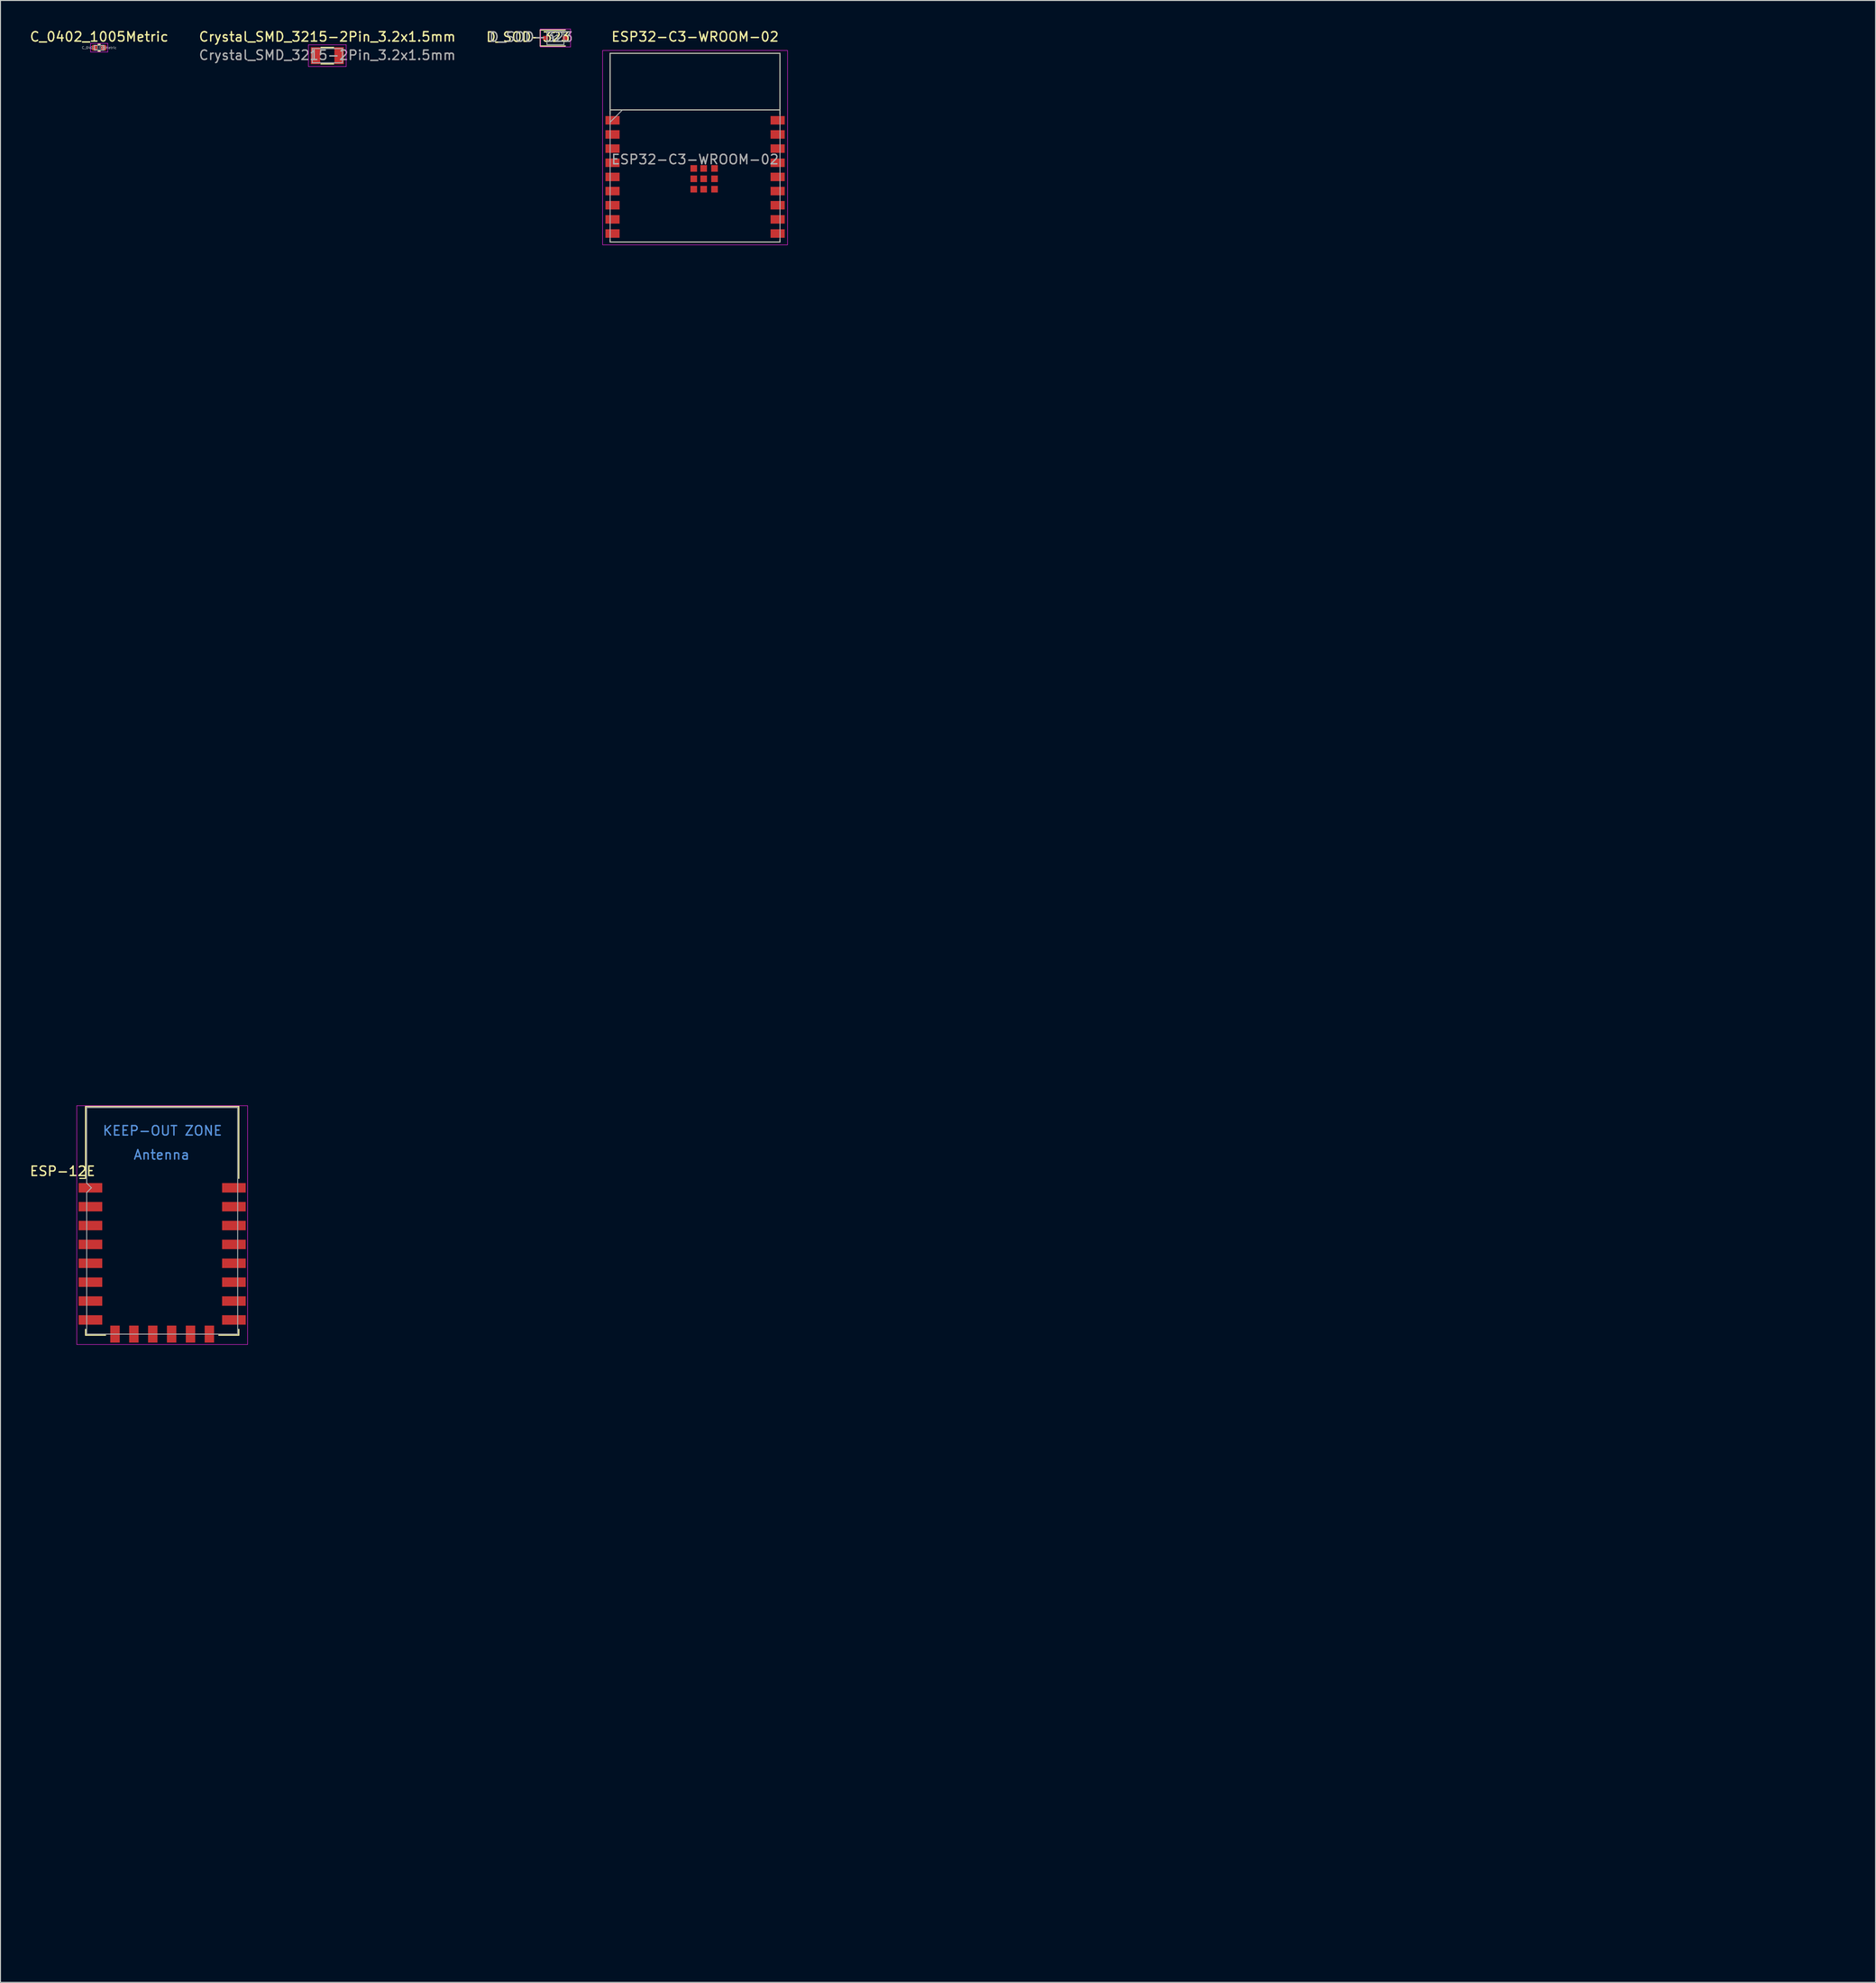
<source format=kicad_pcb>
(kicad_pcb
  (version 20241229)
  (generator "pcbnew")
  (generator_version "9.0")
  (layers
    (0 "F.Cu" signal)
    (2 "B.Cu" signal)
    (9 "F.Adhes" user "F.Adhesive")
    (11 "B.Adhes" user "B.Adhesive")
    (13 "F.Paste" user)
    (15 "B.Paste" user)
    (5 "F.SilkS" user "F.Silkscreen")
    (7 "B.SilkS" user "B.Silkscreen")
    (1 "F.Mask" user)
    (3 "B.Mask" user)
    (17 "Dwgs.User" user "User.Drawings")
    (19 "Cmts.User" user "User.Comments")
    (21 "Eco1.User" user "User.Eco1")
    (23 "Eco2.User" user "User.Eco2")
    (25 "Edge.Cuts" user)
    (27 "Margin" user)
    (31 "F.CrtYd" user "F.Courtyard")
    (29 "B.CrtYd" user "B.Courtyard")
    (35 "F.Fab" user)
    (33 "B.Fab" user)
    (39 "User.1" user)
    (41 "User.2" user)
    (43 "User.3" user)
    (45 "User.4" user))
  (footprint "C_0402_1005Metric"
    (layer "F.Cu")
    (at 7.458 2.008)
    (property "Reference" "C_0402_1005Metric" (at 0 -1.16 180) (layer "F.SilkS") (effects (font (size 1 1) (thickness 0.15))))
    (attr smd)
    (fp_line (start -0.108 -0.36) (end 0.108 -0.36) (stroke (width 0.12) (type solid)) (layer "F.SilkS"))
    (fp_line (start -0.108 0.36) (end 0.108 0.36) (stroke (width 0.12) (type solid)) (layer "F.SilkS"))
    (fp_line (start -0.91 -0.46) (end 0.91 -0.46) (stroke (width 0.05) (type solid)) (layer "F.CrtYd"))
    (fp_line (start -0.91 0.46) (end -0.91 -0.46) (stroke (width 0.05) (type solid)) (layer "F.CrtYd"))
    (fp_line (start 0.91 -0.46) (end 0.91 0.46) (stroke (width 0.05) (type solid)) (layer "F.CrtYd"))
    (fp_line (start 0.91 0.46) (end -0.91 0.46) (stroke (width 0.05) (type solid)) (layer "F.CrtYd"))
    (fp_line (start -0.5 -0.25) (end 0.5 -0.25) (stroke (width 0.1) (type solid)) (layer "F.Fab"))
    (fp_line (start -0.5 0.25) (end -0.5 -0.25) (stroke (width 0.1) (type solid)) (layer "F.Fab"))
    (fp_line (start 0.5 -0.25) (end 0.5 0.25) (stroke (width 0.1) (type solid)) (layer "F.Fab"))
    (fp_line (start 0.5 0.25) (end -0.5 0.25) (stroke (width 0.1) (type solid)) (layer "F.Fab"))
    (fp_text user "${REFERENCE}" (at 0 0 180) (layer "F.Fab") (effects (font (size 0.25 0.25) (thickness 0.04))))
    (pad "1" smd roundrect (at -0.48 0) (size 0.56 0.62) (layers "F.Cu" "F.Mask" "F.Paste") (roundrect_rratio 0.25))
    (pad "2" smd roundrect (at 0.48 0) (size 0.56 0.62) (layers "F.Cu" "F.Mask" "F.Paste") (roundrect_rratio 0.25)))
  (footprint "Crystal_SMD_3215-2Pin_3.2x1.5mm"
    (layer "F.Cu")
    (at 31.637 2.848)
    (property "Reference" "Crystal_SMD_3215-2Pin_3.2x1.5mm" (at 0 -2 0) (layer "F.SilkS") (effects (font (size 1 1) (thickness 0.15))))
    (attr smd)
    (fp_line (start -0.675 -0.875) (end 0.675 -0.875) (stroke (width 0.12) (type solid)) (layer "F.SilkS"))
    (fp_line (start -0.675 0.875) (end 0.675 0.875) (stroke (width 0.12) (type solid)) (layer "F.SilkS"))
    (fp_line (start -2 -1.15) (end -2 1.15) (stroke (width 0.05) (type solid)) (layer "F.CrtYd"))
    (fp_line (start -2 -1.15) (end 2 -1.15) (stroke (width 0.05) (type solid)) (layer "F.CrtYd"))
    (fp_line (start -2 1.15) (end 2 1.15) (stroke (width 0.05) (type solid)) (layer "F.CrtYd"))
    (fp_line (start 2 -1.15) (end 2 1.15) (stroke (width 0.05) (type solid)) (layer "F.CrtYd"))
    (fp_line (start -1.6 -0.75) (end -1.6 0.75) (stroke (width 0.1) (type solid)) (layer "F.Fab"))
    (fp_line (start -1.6 -0.75) (end 1.6 -0.75) (stroke (width 0.1) (type solid)) (layer "F.Fab"))
    (fp_line (start -1.6 0.75) (end 1.6 0.75) (stroke (width 0.1) (type solid)) (layer "F.Fab"))
    (fp_line (start 1.6 -0.75) (end 1.6 0.75) (stroke (width 0.1) (type solid)) (layer "F.Fab"))
    (fp_text user "${REFERENCE}" (at 0 -0.05 0) (layer "F.Fab") (effects (font (size 1 1) (thickness 0.15))))
    (pad "1" smd rect (at 1.25 0) (size 1 1.8) (layers "F.Cu" "F.Mask" "F.Paste"))
    (pad "2" smd rect (at -1.25 0) (size 1 1.8) (layers "F.Cu" "F.Mask" "F.Paste")))
  (footprint "ESP32-C3-WROOM-02"
    (layer "F.Cu")
    (at 70.609 15.598)
    (property "Reference" "ESP32-C3-WROOM-02" (at 0 -14.75 0) (layer "F.SilkS") (effects (font (size 1 1) (thickness 0.15))))
    (attr smd)
    (fp_line (start -9 -13) (end -9 -6.5) (stroke (width 0.12) (type solid)) (layer "F.SilkS"))
    (fp_line (start -9 -13) (end 9 -13) (stroke (width 0.12) (type solid)) (layer "F.SilkS"))
    (fp_line (start -9 7) (end -9 6.75) (stroke (width 0.12) (type solid)) (layer "F.SilkS"))
    (fp_line (start 9 -13) (end 9 -6.5) (stroke (width 0.12) (type solid)) (layer "F.SilkS"))
    (fp_line (start 9 -7) (end -8.95 -7) (stroke (width 0.12) (type solid)) (layer "F.SilkS"))
    (fp_line (start 9 6.75) (end 9 7) (stroke (width 0.12) (type solid)) (layer "F.SilkS"))
    (fp_line (start 9 7) (end -9 7) (stroke (width 0.12) (type solid)) (layer "F.SilkS"))
    (fp_poly (pts (xy 9.8 7.3) (xy -9.8 7.3) (xy -9.8 -13.3) (xy 9.8 -13.3)) (stroke (width 0.05) (type solid)) (fill no) (layer "F.CrtYd"))
    (fp_line (start -9 -13) (end 9 -13) (stroke (width 0.1) (type solid)) (layer "F.Fab"))
    (fp_line (start -9 -7) (end 9 -7) (stroke (width 0.1) (type solid)) (layer "F.Fab"))
    (fp_line (start -9 7) (end -9 -13) (stroke (width 0.1) (type solid)) (layer "F.Fab"))
    (fp_line (start -7.7 -7) (end -9 -5.7) (stroke (width 0.1) (type solid)) (layer "F.Fab"))
    (fp_line (start 9 -13) (end 9 7) (stroke (width 0.1) (type solid)) (layer "F.Fab"))
    (fp_line (start 9 7) (end -9 7) (stroke (width 0.1) (type solid)) (layer "F.Fab"))
    (fp_text user "${REFERENCE}" (at 0 -1.75 0) (layer "F.Fab") (effects (font (size 1 1) (thickness 0.15))))
    (pad "1" smd rect (at -8.75 -5.9 180) (size 1.5 0.9) (layers "F.Cu" "F.Mask" "F.Paste"))
    (pad "2" smd rect (at -8.75 -4.4 180) (size 1.5 0.9) (layers "F.Cu" "F.Mask" "F.Paste"))
    (pad "3" smd rect (at -8.75 -2.9 180) (size 1.5 0.9) (layers "F.Cu" "F.Mask" "F.Paste"))
    (pad "4" smd rect (at -8.75 -1.4 180) (size 1.5 0.9) (layers "F.Cu" "F.Mask" "F.Paste"))
    (pad "5" smd rect (at -8.75 0.1 180) (size 1.5 0.9) (layers "F.Cu" "F.Mask" "F.Paste"))
    (pad "6" smd rect (at -8.75 1.6 180) (size 1.5 0.9) (layers "F.Cu" "F.Mask" "F.Paste"))
    (pad "7" smd rect (at -8.75 3.1 180) (size 1.5 0.9) (layers "F.Cu" "F.Mask" "F.Paste"))
    (pad "8" smd rect (at -8.75 4.6 180) (size 1.5 0.9) (layers "F.Cu" "F.Mask" "F.Paste"))
    (pad "9" smd rect (at -8.75 6.1 180) (size 1.5 0.9) (layers "F.Cu" "F.Mask" "F.Paste"))
    (pad "10" smd rect (at 8.75 6.1) (size 1.5 0.9) (layers "F.Cu" "F.Mask" "F.Paste"))
    (pad "11" smd rect (at 8.75 4.6) (size 1.5 0.9) (layers "F.Cu" "F.Mask" "F.Paste"))
    (pad "12" smd rect (at 8.75 3.1) (size 1.5 0.9) (layers "F.Cu" "F.Mask" "F.Paste"))
    (pad "13" smd rect (at 8.75 1.6) (size 1.5 0.9) (layers "F.Cu" "F.Mask" "F.Paste"))
    (pad "14" smd rect (at 8.75 0.1) (size 1.5 0.9) (layers "F.Cu" "F.Mask" "F.Paste"))
    (pad "15" smd rect (at 8.75 -1.4) (size 1.5 0.9) (layers "F.Cu" "F.Mask" "F.Paste"))
    (pad "16" smd rect (at 8.75 -2.9) (size 1.5 0.9) (layers "F.Cu" "F.Mask" "F.Paste"))
    (pad "17" smd rect (at 8.75 -4.4) (size 1.5 0.9) (layers "F.Cu" "F.Mask" "F.Paste"))
    (pad "18" smd rect (at 8.75 -5.9) (size 1.5 0.9) (layers "F.Cu" "F.Mask" "F.Paste"))
    (pad "19" smd rect (at -0.14 -0.8) (size 0.7 0.7) (layers "F.Cu" "F.Mask" "F.Paste"))
    (pad "19" smd rect (at -0.14 0.3) (size 0.7 0.7) (layers "F.Cu" "F.Mask" "F.Paste"))
    (pad "19" smd rect (at -0.14 1.4) (size 0.7 0.7) (layers "F.Cu" "F.Mask" "F.Paste"))
    (pad "19" smd rect (at 0.91 -0.8) (size 0.7 0.7) (layers "F.Cu" "F.Mask" "F.Paste"))
    (pad "19" smd rect (at 0.91 0.3) (size 0.7 0.7) (layers "F.Cu" "F.Mask" "F.Paste"))
    (pad "19" smd rect (at 0.91 1.4) (size 0.7 0.7) (layers "F.Cu" "F.Mask" "F.Paste"))
    (pad "19" smd rect (at 2.06 -0.8) (size 0.7 0.7) (layers "F.Cu" "F.Mask" "F.Paste"))
    (pad "19" smd rect (at 2.06 0.3) (size 0.7 0.7) (layers "F.Cu" "F.Mask" "F.Paste"))
    (pad "19" smd rect (at 2.06 1.4) (size 0.7 0.7) (layers "F.Cu" "F.Mask" "F.Paste"))
    (zone (net_name "") (layers "F.Cu" "B.Cu") (name "antenna keepout") (hatch edge 0.508) (connect_pads) (min_thickness 0.254) (filled_areas_thickness no) (keepout (tracks not_allowed) (vias not_allowed) (pads not_allowed) (copperpour not_allowed) (footprints not_allowed)) (placement (enabled no)) (fill) (polygon (pts (xy 174.709 105.098) (xy 192.709 105.098) (xy 192.709 111.098) (xy 174.709 111.098)))))
  (footprint "D_SOD-323"
    (layer "F.Cu")
    (at 55.811 0.975)
    (property "Reference" "D_SOD-323" (at -2.9 -0.105 180) (layer "F.SilkS") (effects (font (size 1 1) (thickness 0.15))))
    (attr smd)
    (fp_line (start -1.61 -0.85) (end -1.61 0.85) (stroke (width 0.12) (type solid)) (layer "F.SilkS"))
    (fp_line (start -1.61 -0.85) (end 1.05 -0.85) (stroke (width 0.12) (type solid)) (layer "F.SilkS"))
    (fp_line (start -1.61 0.85) (end 1.05 0.85) (stroke (width 0.12) (type solid)) (layer "F.SilkS"))
    (fp_line (start -1.6 -0.95) (end -1.6 0.95) (stroke (width 0.05) (type solid)) (layer "F.CrtYd"))
    (fp_line (start -1.6 -0.95) (end 1.6 -0.95) (stroke (width 0.05) (type solid)) (layer "F.CrtYd"))
    (fp_line (start -1.6 0.95) (end 1.6 0.95) (stroke (width 0.05) (type solid)) (layer "F.CrtYd"))
    (fp_line (start 1.6 -0.95) (end 1.6 0.95) (stroke (width 0.05) (type solid)) (layer "F.CrtYd"))
    (fp_line (start -0.9 -0.7) (end 0.9 -0.7) (stroke (width 0.1) (type solid)) (layer "F.Fab"))
    (fp_line (start -0.9 0.7) (end -0.9 -0.7) (stroke (width 0.1) (type solid)) (layer "F.Fab"))
    (fp_line (start -0.3 -0.35) (end -0.3 0.35) (stroke (width 0.1) (type solid)) (layer "F.Fab"))
    (fp_line (start -0.3 0) (end -0.5 0) (stroke (width 0.1) (type solid)) (layer "F.Fab"))
    (fp_line (start -0.3 0) (end 0.2 -0.35) (stroke (width 0.1) (type solid)) (layer "F.Fab"))
    (fp_line (start 0.2 -0.35) (end 0.2 0.35) (stroke (width 0.1) (type solid)) (layer "F.Fab"))
    (fp_line (start 0.2 0) (end 0.45 0) (stroke (width 0.1) (type solid)) (layer "F.Fab"))
    (fp_line (start 0.2 0.35) (end -0.3 0) (stroke (width 0.1) (type solid)) (layer "F.Fab"))
    (fp_line (start 0.9 -0.7) (end 0.9 0.7) (stroke (width 0.1) (type solid)) (layer "F.Fab"))
    (fp_line (start 0.9 0.7) (end -0.9 0.7) (stroke (width 0.1) (type solid)) (layer "F.Fab"))
    (fp_text user "${REFERENCE}" (at -2.58 -0.106 180) (layer "F.Fab") (effects (font (size 1 1) (thickness 0.15))))
    (pad "1" smd roundrect (at -1.05 0) (size 0.6 0.45) (layers "F.Cu" "F.Mask" "F.Paste") (roundrect_rratio 0.25))
    (pad "2" smd roundrect (at 1.05 0) (size 0.6 0.45) (layers "F.Cu" "F.Mask" "F.Paste") (roundrect_rratio 0.25)))
  (footprint "ESP-12E"
    (layer "F.Cu")
    (at 14.137 126.323)
    (property "Reference" "ESP-12E" (at -10.56 -5.26 0) (layer "F.SilkS") (effects (font (size 1 1) (thickness 0.15))))
    (attr smd)
    (fp_line (start -8.12 -12.12) (end 8.12 -12.12) (stroke (width 0.12) (type solid)) (layer "F.SilkS"))
    (fp_line (start -8.12 -4.5) (end -8.73 -4.5) (stroke (width 0.12) (type solid)) (layer "F.SilkS"))
    (fp_line (start -8.12 -4.5) (end -8.12 -12.12) (stroke (width 0.12) (type solid)) (layer "F.SilkS"))
    (fp_line (start -8.12 12.12) (end -8.12 11.5) (stroke (width 0.12) (type solid)) (layer "F.SilkS"))
    (fp_line (start -6 12.12) (end -8.12 12.12) (stroke (width 0.12) (type solid)) (layer "F.SilkS"))
    (fp_line (start 8.12 -12.12) (end 8.12 -4.5) (stroke (width 0.12) (type solid)) (layer "F.SilkS"))
    (fp_line (start 8.12 11.5) (end 8.12 12.12) (stroke (width 0.12) (type solid)) (layer "F.SilkS"))
    (fp_line (start 8.12 12.12) (end 6 12.12) (stroke (width 0.12) (type solid)) (layer "F.SilkS"))
    (fp_line (start -9.05 -12.2) (end 9.05 -12.2) (stroke (width 0.05) (type solid)) (layer "F.CrtYd"))
    (fp_line (start -9.05 13.1) (end -9.05 -12.2) (stroke (width 0.05) (type solid)) (layer "F.CrtYd"))
    (fp_line (start 9.05 -12.2) (end 9.05 13.1) (stroke (width 0.05) (type solid)) (layer "F.CrtYd"))
    (fp_line (start 9.05 13.1) (end -9.05 13.1) (stroke (width 0.05) (type solid)) (layer "F.CrtYd"))
    (fp_line (start -8 -12) (end 8 -12) (stroke (width 0.1) (type solid)) (layer "F.Fab"))
    (fp_line (start -8 -4) (end -8 -12) (stroke (width 0.1) (type solid)) (layer "F.Fab"))
    (fp_line (start -8 -3) (end -7.5 -3.5) (stroke (width 0.1) (type solid)) (layer "F.Fab"))
    (fp_line (start -8 12) (end -8 -3) (stroke (width 0.1) (type solid)) (layer "F.Fab"))
    (fp_line (start -7.5 -3.5) (end -8 -4) (stroke (width 0.1) (type solid)) (layer "F.Fab"))
    (fp_line (start 8 -12) (end 8 12) (stroke (width 0.1) (type solid)) (layer "F.Fab"))
    (fp_line (start 8 12) (end -8 12) (stroke (width 0.1) (type solid)) (layer "F.Fab"))
    (fp_text user "KEEP-OUT ZONE" (at 0.03 -9.55 0) (layer "Cmts.User") (effects (font (size 1 1) (thickness 0.15))))
    (fp_text user "Antenna" (at -0.06 -7 0) (layer "Cmts.User") (effects (font (size 1 1) (thickness 0.15))))
    (pad "1" smd rect (at -7.6 -3.5) (size 2.5 1) (layers "F.Cu" "F.Mask" "F.Paste"))
    (pad "2" smd rect (at -7.6 -1.5) (size 2.5 1) (layers "F.Cu" "F.Mask" "F.Paste"))
    (pad "3" smd rect (at -7.6 0.5) (size 2.5 1) (layers "F.Cu" "F.Mask" "F.Paste"))
    (pad "4" smd rect (at -7.6 2.5) (size 2.5 1) (layers "F.Cu" "F.Mask" "F.Paste"))
    (pad "5" smd rect (at -7.6 4.5) (size 2.5 1) (layers "F.Cu" "F.Mask" "F.Paste"))
    (pad "6" smd rect (at -7.6 6.5) (size 2.5 1) (layers "F.Cu" "F.Mask" "F.Paste"))
    (pad "7" smd rect (at -7.6 8.5) (size 2.5 1) (layers "F.Cu" "F.Mask" "F.Paste"))
    (pad "8" smd rect (at -7.6 10.5) (size 2.5 1) (layers "F.Cu" "F.Mask" "F.Paste"))
    (pad "9" smd rect (at -5 12) (size 1 1.8) (layers "F.Cu" "F.Mask" "F.Paste"))
    (pad "10" smd rect (at -3 12) (size 1 1.8) (layers "F.Cu" "F.Mask" "F.Paste"))
    (pad "11" smd rect (at -1 12) (size 1 1.8) (layers "F.Cu" "F.Mask" "F.Paste"))
    (pad "12" smd rect (at 1 12) (size 1 1.8) (layers "F.Cu" "F.Mask" "F.Paste"))
    (pad "13" smd rect (at 3 12) (size 1 1.8) (layers "F.Cu" "F.Mask" "F.Paste"))
    (pad "14" smd rect (at 5 12) (size 1 1.8) (layers "F.Cu" "F.Mask" "F.Paste"))
    (pad "15" smd rect (at 7.6 10.5) (size 2.5 1) (layers "F.Cu" "F.Mask" "F.Paste"))
    (pad "16" smd rect (at 7.6 8.5) (size 2.5 1) (layers "F.Cu" "F.Mask" "F.Paste"))
    (pad "17" smd rect (at 7.6 6.5) (size 2.5 1) (layers "F.Cu" "F.Mask" "F.Paste"))
    (pad "18" smd rect (at 7.6 4.5) (size 2.5 1) (layers "F.Cu" "F.Mask" "F.Paste"))
    (pad "19" smd rect (at 7.6 2.5) (size 2.5 1) (layers "F.Cu" "F.Mask" "F.Paste"))
    (pad "20" smd rect (at 7.6 0.5) (size 2.5 1) (layers "F.Cu" "F.Mask" "F.Paste"))
    (pad "21" smd rect (at 7.6 -1.5) (size 2.5 1) (layers "F.Cu" "F.Mask" "F.Paste"))
    (pad "22" smd rect (at 7.6 -3.5) (size 2.5 1) (layers "F.Cu" "F.Mask" "F.Paste"))
    (zone (net_name "") (layers "F.Cu" "B.Cu") (hatch full 0.508) (connect_pads) (min_thickness 0.254) (filled_areas_thickness no) (keepout (tracks not_allowed) (vias not_allowed) (pads not_allowed) (copperpour not_allowed) (footprints not_allowed)) (placement (enabled no)) (fill) (polygon (pts (xy 118.287 204.023) (xy 134.527 204.023) (xy 134.527 196.703) (xy 118.287 196.703)))))
  (gr_rect
    (start -3 -3)
    (end 195.709 207.023)
    (stroke (width 0.1) (type default))
    (fill no)
    (layer "Edge.Cuts")))
</source>
